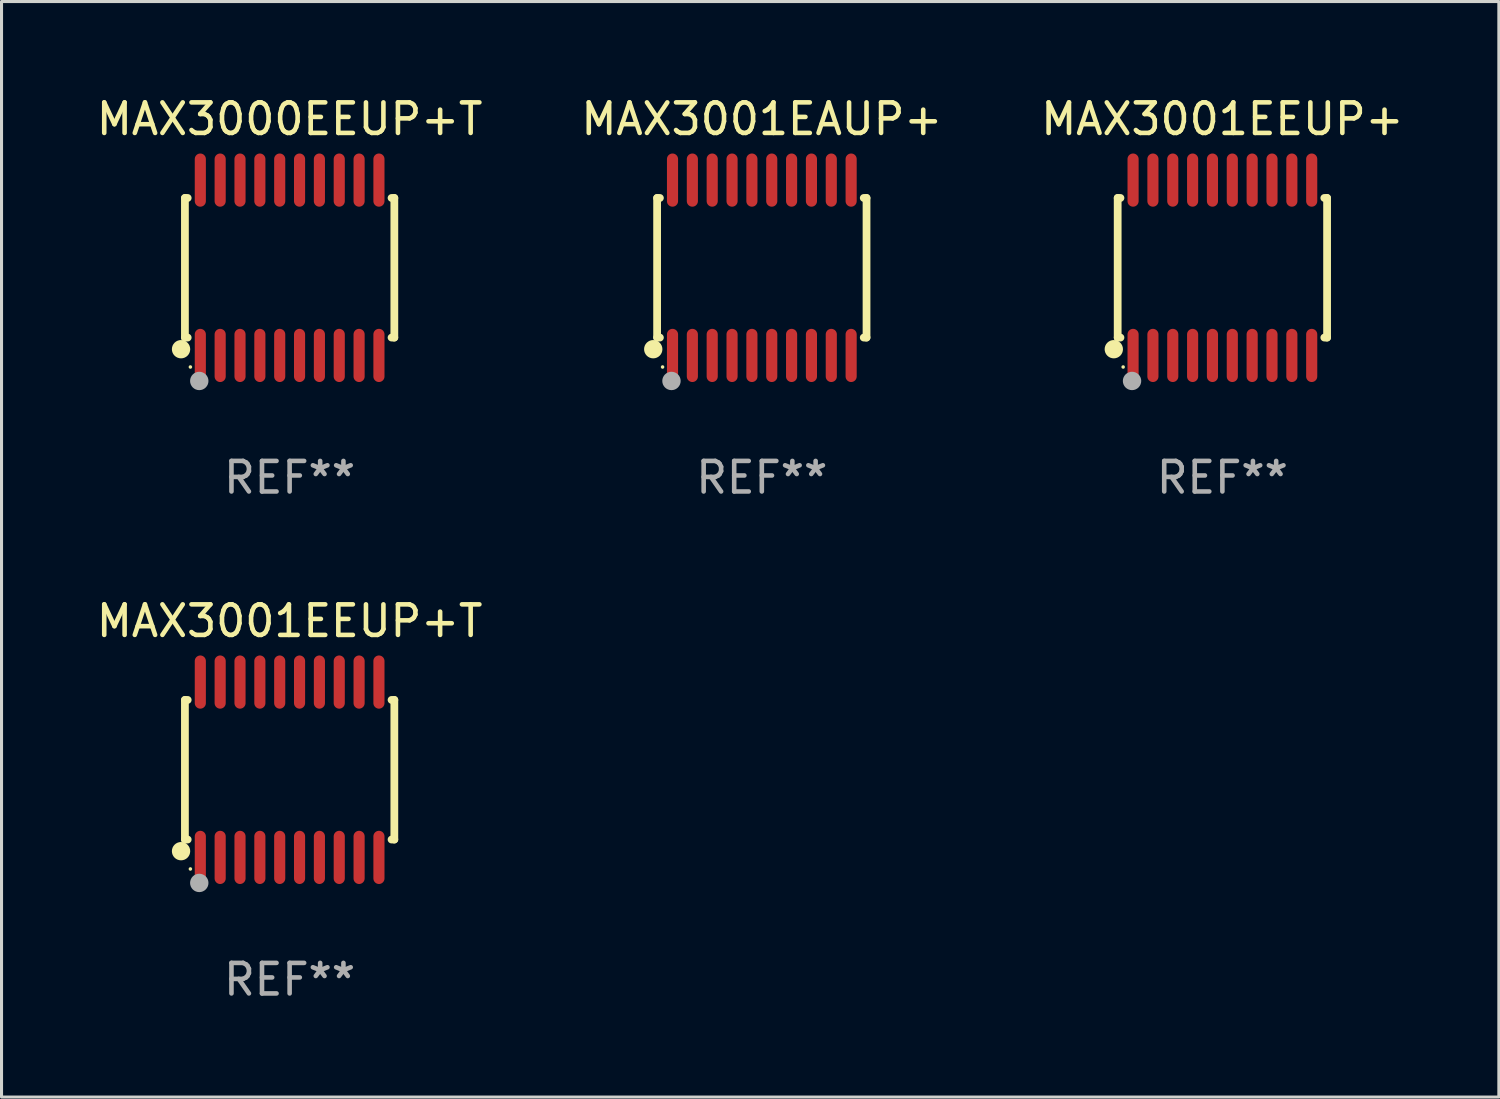
<source format=kicad_pcb>
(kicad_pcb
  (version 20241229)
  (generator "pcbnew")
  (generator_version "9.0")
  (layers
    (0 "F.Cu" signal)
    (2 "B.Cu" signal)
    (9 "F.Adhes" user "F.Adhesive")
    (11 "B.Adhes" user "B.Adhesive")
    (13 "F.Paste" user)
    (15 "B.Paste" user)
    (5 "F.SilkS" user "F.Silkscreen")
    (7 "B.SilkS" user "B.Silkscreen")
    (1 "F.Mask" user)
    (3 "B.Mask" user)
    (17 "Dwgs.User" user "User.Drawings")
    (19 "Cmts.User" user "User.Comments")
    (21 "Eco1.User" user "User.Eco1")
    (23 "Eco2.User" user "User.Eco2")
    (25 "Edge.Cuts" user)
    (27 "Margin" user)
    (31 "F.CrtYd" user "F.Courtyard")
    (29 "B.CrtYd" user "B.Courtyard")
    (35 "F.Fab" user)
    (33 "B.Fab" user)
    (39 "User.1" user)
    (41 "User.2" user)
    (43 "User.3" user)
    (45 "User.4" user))
  (footprint "MAX3001EAUP+"
    (layer "F.Cu")
    (at 21.899 5.719)
    (property "Reference" "MAX3001EAUP+" (at 0 -4.871 0) (layer "F.SilkS") (effects (font (size 1 1) (thickness 0.15))))
    (attr through_hole)
    (fp_line (start -3.429 -2.286) (end -3.429 2.286) (stroke (width 0.254) (type solid)) (layer "F.SilkS"))
    (fp_line (start -3.429 2.286) (end -3.338 2.286) (stroke (width 0.254) (type solid)) (layer "F.SilkS"))
    (fp_line (start -3.338 -2.286) (end -3.429 -2.286) (stroke (width 0.254) (type solid)) (layer "F.SilkS"))
    (fp_line (start 3.338 -2.286) (end 3.429 -2.286) (stroke (width 0.254) (type solid)) (layer "F.SilkS"))
    (fp_line (start 3.429 -2.286) (end 3.429 2.286) (stroke (width 0.254) (type solid)) (layer "F.SilkS"))
    (fp_line (start 3.429 2.286) (end 3.338 2.286) (stroke (width 0.254) (type solid)) (layer "F.SilkS"))
    (fp_circle (center -3.556 2.667) (end -3.406 2.667) (stroke (width 0.3) (type solid)) (fill no) (layer "F.SilkS"))
    (fp_circle (center -3.25 3.25) (end -3.22 3.25) (stroke (width 0.06) (type solid)) (fill no) (layer "F.SilkS"))
    (fp_circle (center -2.959 3.707) (end -2.808 3.707) (stroke (width 0.3) (type solid)) (fill no) (layer "F.Fab"))
    (fp_text user "REF**" (at 0 6.871 0) (layer "F.Fab") (effects (font (size 1 1) (thickness 0.15))))
    (pad "1" smd oval (at -2.925 2.871) (size 0.364 1.742) (layers "F.Cu" "F.Mask" "F.Paste"))
    (pad "2" smd oval (at -2.275 2.871) (size 0.364 1.742) (layers "F.Cu" "F.Mask" "F.Paste"))
    (pad "3" smd oval (at -1.625 2.871) (size 0.364 1.742) (layers "F.Cu" "F.Mask" "F.Paste"))
    (pad "4" smd oval (at -0.975 2.871) (size 0.364 1.742) (layers "F.Cu" "F.Mask" "F.Paste"))
    (pad "5" smd oval (at -0.325 2.871) (size 0.364 1.742) (layers "F.Cu" "F.Mask" "F.Paste"))
    (pad "6" smd oval (at 0.325 2.871) (size 0.364 1.742) (layers "F.Cu" "F.Mask" "F.Paste"))
    (pad "7" smd oval (at 0.975 2.871) (size 0.364 1.742) (layers "F.Cu" "F.Mask" "F.Paste"))
    (pad "8" smd oval (at 1.625 2.871) (size 0.364 1.742) (layers "F.Cu" "F.Mask" "F.Paste"))
    (pad "9" smd oval (at 2.275 2.871) (size 0.364 1.742) (layers "F.Cu" "F.Mask" "F.Paste"))
    (pad "10" smd oval (at 2.925 2.871) (size 0.364 1.742) (layers "F.Cu" "F.Mask" "F.Paste"))
    (pad "11" smd oval (at 2.925 -2.871) (size 0.364 1.742) (layers "F.Cu" "F.Mask" "F.Paste"))
    (pad "12" smd oval (at 2.275 -2.871) (size 0.364 1.742) (layers "F.Cu" "F.Mask" "F.Paste"))
    (pad "13" smd oval (at 1.625 -2.871) (size 0.364 1.742) (layers "F.Cu" "F.Mask" "F.Paste"))
    (pad "14" smd oval (at 0.975 -2.871) (size 0.364 1.742) (layers "F.Cu" "F.Mask" "F.Paste"))
    (pad "15" smd oval (at 0.325 -2.871) (size 0.364 1.742) (layers "F.Cu" "F.Mask" "F.Paste"))
    (pad "16" smd oval (at -0.325 -2.871) (size 0.364 1.742) (layers "F.Cu" "F.Mask" "F.Paste"))
    (pad "17" smd oval (at -0.975 -2.871) (size 0.364 1.742) (layers "F.Cu" "F.Mask" "F.Paste"))
    (pad "18" smd oval (at -1.625 -2.871) (size 0.364 1.742) (layers "F.Cu" "F.Mask" "F.Paste"))
    (pad "19" smd oval (at -2.275 -2.871) (size 0.364 1.742) (layers "F.Cu" "F.Mask" "F.Paste"))
    (pad "20" smd oval (at -2.925 -2.871) (size 0.364 1.742) (layers "F.Cu" "F.Mask" "F.Paste")))
  (footprint "MAX3000EEUP+T"
    (layer "F.Cu")
    (at 6.435 5.719)
    (property "Reference" "MAX3000EEUP+T" (at 0 -4.871 0) (layer "F.SilkS") (effects (font (size 1 1) (thickness 0.15))))
    (attr through_hole)
    (fp_line (start -3.429 -2.286) (end -3.429 2.286) (stroke (width 0.254) (type solid)) (layer "F.SilkS"))
    (fp_line (start -3.429 2.286) (end -3.338 2.286) (stroke (width 0.254) (type solid)) (layer "F.SilkS"))
    (fp_line (start -3.338 -2.286) (end -3.429 -2.286) (stroke (width 0.254) (type solid)) (layer "F.SilkS"))
    (fp_line (start 3.338 -2.286) (end 3.429 -2.286) (stroke (width 0.254) (type solid)) (layer "F.SilkS"))
    (fp_line (start 3.429 -2.286) (end 3.429 2.286) (stroke (width 0.254) (type solid)) (layer "F.SilkS"))
    (fp_line (start 3.429 2.286) (end 3.338 2.286) (stroke (width 0.254) (type solid)) (layer "F.SilkS"))
    (fp_circle (center -3.556 2.667) (end -3.406 2.667) (stroke (width 0.3) (type solid)) (fill no) (layer "F.SilkS"))
    (fp_circle (center -3.25 3.25) (end -3.22 3.25) (stroke (width 0.06) (type solid)) (fill no) (layer "F.SilkS"))
    (fp_circle (center -2.959 3.707) (end -2.808 3.707) (stroke (width 0.3) (type solid)) (fill no) (layer "F.Fab"))
    (fp_text user "REF**" (at 0 6.871 0) (layer "F.Fab") (effects (font (size 1 1) (thickness 0.15))))
    (pad "1" smd oval (at -2.925 2.871) (size 0.364 1.742) (layers "F.Cu" "F.Mask" "F.Paste"))
    (pad "2" smd oval (at -2.275 2.871) (size 0.364 1.742) (layers "F.Cu" "F.Mask" "F.Paste"))
    (pad "3" smd oval (at -1.625 2.871) (size 0.364 1.742) (layers "F.Cu" "F.Mask" "F.Paste"))
    (pad "4" smd oval (at -0.975 2.871) (size 0.364 1.742) (layers "F.Cu" "F.Mask" "F.Paste"))
    (pad "5" smd oval (at -0.325 2.871) (size 0.364 1.742) (layers "F.Cu" "F.Mask" "F.Paste"))
    (pad "6" smd oval (at 0.325 2.871) (size 0.364 1.742) (layers "F.Cu" "F.Mask" "F.Paste"))
    (pad "7" smd oval (at 0.975 2.871) (size 0.364 1.742) (layers "F.Cu" "F.Mask" "F.Paste"))
    (pad "8" smd oval (at 1.625 2.871) (size 0.364 1.742) (layers "F.Cu" "F.Mask" "F.Paste"))
    (pad "9" smd oval (at 2.275 2.871) (size 0.364 1.742) (layers "F.Cu" "F.Mask" "F.Paste"))
    (pad "10" smd oval (at 2.925 2.871) (size 0.364 1.742) (layers "F.Cu" "F.Mask" "F.Paste"))
    (pad "11" smd oval (at 2.925 -2.871) (size 0.364 1.742) (layers "F.Cu" "F.Mask" "F.Paste"))
    (pad "12" smd oval (at 2.275 -2.871) (size 0.364 1.742) (layers "F.Cu" "F.Mask" "F.Paste"))
    (pad "13" smd oval (at 1.625 -2.871) (size 0.364 1.742) (layers "F.Cu" "F.Mask" "F.Paste"))
    (pad "14" smd oval (at 0.975 -2.871) (size 0.364 1.742) (layers "F.Cu" "F.Mask" "F.Paste"))
    (pad "15" smd oval (at 0.325 -2.871) (size 0.364 1.742) (layers "F.Cu" "F.Mask" "F.Paste"))
    (pad "16" smd oval (at -0.325 -2.871) (size 0.364 1.742) (layers "F.Cu" "F.Mask" "F.Paste"))
    (pad "17" smd oval (at -0.975 -2.871) (size 0.364 1.742) (layers "F.Cu" "F.Mask" "F.Paste"))
    (pad "18" smd oval (at -1.625 -2.871) (size 0.364 1.742) (layers "F.Cu" "F.Mask" "F.Paste"))
    (pad "19" smd oval (at -2.275 -2.871) (size 0.364 1.742) (layers "F.Cu" "F.Mask" "F.Paste"))
    (pad "20" smd oval (at -2.925 -2.871) (size 0.364 1.742) (layers "F.Cu" "F.Mask" "F.Paste")))
  (footprint "MAX3001EEUP+"
    (layer "F.Cu")
    (at 36.982 5.719)
    (property "Reference" "MAX3001EEUP+" (at 0 -4.871 0) (layer "F.SilkS") (effects (font (size 1 1) (thickness 0.15))))
    (attr through_hole)
    (fp_line (start -3.429 -2.286) (end -3.429 2.286) (stroke (width 0.254) (type solid)) (layer "F.SilkS"))
    (fp_line (start -3.429 2.286) (end -3.338 2.286) (stroke (width 0.254) (type solid)) (layer "F.SilkS"))
    (fp_line (start -3.338 -2.286) (end -3.429 -2.286) (stroke (width 0.254) (type solid)) (layer "F.SilkS"))
    (fp_line (start 3.338 -2.286) (end 3.429 -2.286) (stroke (width 0.254) (type solid)) (layer "F.SilkS"))
    (fp_line (start 3.429 -2.286) (end 3.429 2.286) (stroke (width 0.254) (type solid)) (layer "F.SilkS"))
    (fp_line (start 3.429 2.286) (end 3.338 2.286) (stroke (width 0.254) (type solid)) (layer "F.SilkS"))
    (fp_circle (center -3.556 2.667) (end -3.406 2.667) (stroke (width 0.3) (type solid)) (fill no) (layer "F.SilkS"))
    (fp_circle (center -3.25 3.25) (end -3.22 3.25) (stroke (width 0.06) (type solid)) (fill no) (layer "F.SilkS"))
    (fp_circle (center -2.959 3.707) (end -2.808 3.707) (stroke (width 0.3) (type solid)) (fill no) (layer "F.Fab"))
    (fp_text user "REF**" (at 0 6.871 0) (layer "F.Fab") (effects (font (size 1 1) (thickness 0.15))))
    (pad "1" smd oval (at -2.925 2.871) (size 0.364 1.742) (layers "F.Cu" "F.Mask" "F.Paste"))
    (pad "2" smd oval (at -2.275 2.871) (size 0.364 1.742) (layers "F.Cu" "F.Mask" "F.Paste"))
    (pad "3" smd oval (at -1.625 2.871) (size 0.364 1.742) (layers "F.Cu" "F.Mask" "F.Paste"))
    (pad "4" smd oval (at -0.975 2.871) (size 0.364 1.742) (layers "F.Cu" "F.Mask" "F.Paste"))
    (pad "5" smd oval (at -0.325 2.871) (size 0.364 1.742) (layers "F.Cu" "F.Mask" "F.Paste"))
    (pad "6" smd oval (at 0.325 2.871) (size 0.364 1.742) (layers "F.Cu" "F.Mask" "F.Paste"))
    (pad "7" smd oval (at 0.975 2.871) (size 0.364 1.742) (layers "F.Cu" "F.Mask" "F.Paste"))
    (pad "8" smd oval (at 1.625 2.871) (size 0.364 1.742) (layers "F.Cu" "F.Mask" "F.Paste"))
    (pad "9" smd oval (at 2.275 2.871) (size 0.364 1.742) (layers "F.Cu" "F.Mask" "F.Paste"))
    (pad "10" smd oval (at 2.925 2.871) (size 0.364 1.742) (layers "F.Cu" "F.Mask" "F.Paste"))
    (pad "11" smd oval (at 2.925 -2.871) (size 0.364 1.742) (layers "F.Cu" "F.Mask" "F.Paste"))
    (pad "12" smd oval (at 2.275 -2.871) (size 0.364 1.742) (layers "F.Cu" "F.Mask" "F.Paste"))
    (pad "13" smd oval (at 1.625 -2.871) (size 0.364 1.742) (layers "F.Cu" "F.Mask" "F.Paste"))
    (pad "14" smd oval (at 0.975 -2.871) (size 0.364 1.742) (layers "F.Cu" "F.Mask" "F.Paste"))
    (pad "15" smd oval (at 0.325 -2.871) (size 0.364 1.742) (layers "F.Cu" "F.Mask" "F.Paste"))
    (pad "16" smd oval (at -0.325 -2.871) (size 0.364 1.742) (layers "F.Cu" "F.Mask" "F.Paste"))
    (pad "17" smd oval (at -0.975 -2.871) (size 0.364 1.742) (layers "F.Cu" "F.Mask" "F.Paste"))
    (pad "18" smd oval (at -1.625 -2.871) (size 0.364 1.742) (layers "F.Cu" "F.Mask" "F.Paste"))
    (pad "19" smd oval (at -2.275 -2.871) (size 0.364 1.742) (layers "F.Cu" "F.Mask" "F.Paste"))
    (pad "20" smd oval (at -2.925 -2.871) (size 0.364 1.742) (layers "F.Cu" "F.Mask" "F.Paste")))
  (footprint "MAX3001EEUP+T"
    (layer "F.Cu")
    (at 6.435 22.158)
    (property "Reference" "MAX3001EEUP+T" (at 0 -4.871 0) (layer "F.SilkS") (effects (font (size 1 1) (thickness 0.15))))
    (attr through_hole)
    (fp_line (start -3.429 -2.286) (end -3.429 2.286) (stroke (width 0.254) (type solid)) (layer "F.SilkS"))
    (fp_line (start -3.429 2.286) (end -3.338 2.286) (stroke (width 0.254) (type solid)) (layer "F.SilkS"))
    (fp_line (start -3.338 -2.286) (end -3.429 -2.286) (stroke (width 0.254) (type solid)) (layer "F.SilkS"))
    (fp_line (start 3.338 -2.286) (end 3.429 -2.286) (stroke (width 0.254) (type solid)) (layer "F.SilkS"))
    (fp_line (start 3.429 -2.286) (end 3.429 2.286) (stroke (width 0.254) (type solid)) (layer "F.SilkS"))
    (fp_line (start 3.429 2.286) (end 3.338 2.286) (stroke (width 0.254) (type solid)) (layer "F.SilkS"))
    (fp_circle (center -3.556 2.667) (end -3.406 2.667) (stroke (width 0.3) (type solid)) (fill no) (layer "F.SilkS"))
    (fp_circle (center -3.25 3.25) (end -3.22 3.25) (stroke (width 0.06) (type solid)) (fill no) (layer "F.SilkS"))
    (fp_circle (center -2.959 3.707) (end -2.808 3.707) (stroke (width 0.3) (type solid)) (fill no) (layer "F.Fab"))
    (fp_text user "REF**" (at 0 6.871 0) (layer "F.Fab") (effects (font (size 1 1) (thickness 0.15))))
    (pad "1" smd oval (at -2.925 2.871) (size 0.364 1.742) (layers "F.Cu" "F.Mask" "F.Paste"))
    (pad "2" smd oval (at -2.275 2.871) (size 0.364 1.742) (layers "F.Cu" "F.Mask" "F.Paste"))
    (pad "3" smd oval (at -1.625 2.871) (size 0.364 1.742) (layers "F.Cu" "F.Mask" "F.Paste"))
    (pad "4" smd oval (at -0.975 2.871) (size 0.364 1.742) (layers "F.Cu" "F.Mask" "F.Paste"))
    (pad "5" smd oval (at -0.325 2.871) (size 0.364 1.742) (layers "F.Cu" "F.Mask" "F.Paste"))
    (pad "6" smd oval (at 0.325 2.871) (size 0.364 1.742) (layers "F.Cu" "F.Mask" "F.Paste"))
    (pad "7" smd oval (at 0.975 2.871) (size 0.364 1.742) (layers "F.Cu" "F.Mask" "F.Paste"))
    (pad "8" smd oval (at 1.625 2.871) (size 0.364 1.742) (layers "F.Cu" "F.Mask" "F.Paste"))
    (pad "9" smd oval (at 2.275 2.871) (size 0.364 1.742) (layers "F.Cu" "F.Mask" "F.Paste"))
    (pad "10" smd oval (at 2.925 2.871) (size 0.364 1.742) (layers "F.Cu" "F.Mask" "F.Paste"))
    (pad "11" smd oval (at 2.925 -2.871) (size 0.364 1.742) (layers "F.Cu" "F.Mask" "F.Paste"))
    (pad "12" smd oval (at 2.275 -2.871) (size 0.364 1.742) (layers "F.Cu" "F.Mask" "F.Paste"))
    (pad "13" smd oval (at 1.625 -2.871) (size 0.364 1.742) (layers "F.Cu" "F.Mask" "F.Paste"))
    (pad "14" smd oval (at 0.975 -2.871) (size 0.364 1.742) (layers "F.Cu" "F.Mask" "F.Paste"))
    (pad "15" smd oval (at 0.325 -2.871) (size 0.364 1.742) (layers "F.Cu" "F.Mask" "F.Paste"))
    (pad "16" smd oval (at -0.325 -2.871) (size 0.364 1.742) (layers "F.Cu" "F.Mask" "F.Paste"))
    (pad "17" smd oval (at -0.975 -2.871) (size 0.364 1.742) (layers "F.Cu" "F.Mask" "F.Paste"))
    (pad "18" smd oval (at -1.625 -2.871) (size 0.364 1.742) (layers "F.Cu" "F.Mask" "F.Paste"))
    (pad "19" smd oval (at -2.275 -2.871) (size 0.364 1.742) (layers "F.Cu" "F.Mask" "F.Paste"))
    (pad "20" smd oval (at -2.925 -2.871) (size 0.364 1.742) (layers "F.Cu" "F.Mask" "F.Paste")))
  (gr_rect
    (start -3 -3)
    (end 46.036 32.877)
    (stroke (width 0.1) (type default))
    (fill no)
    (layer "Edge.Cuts")))
</source>
